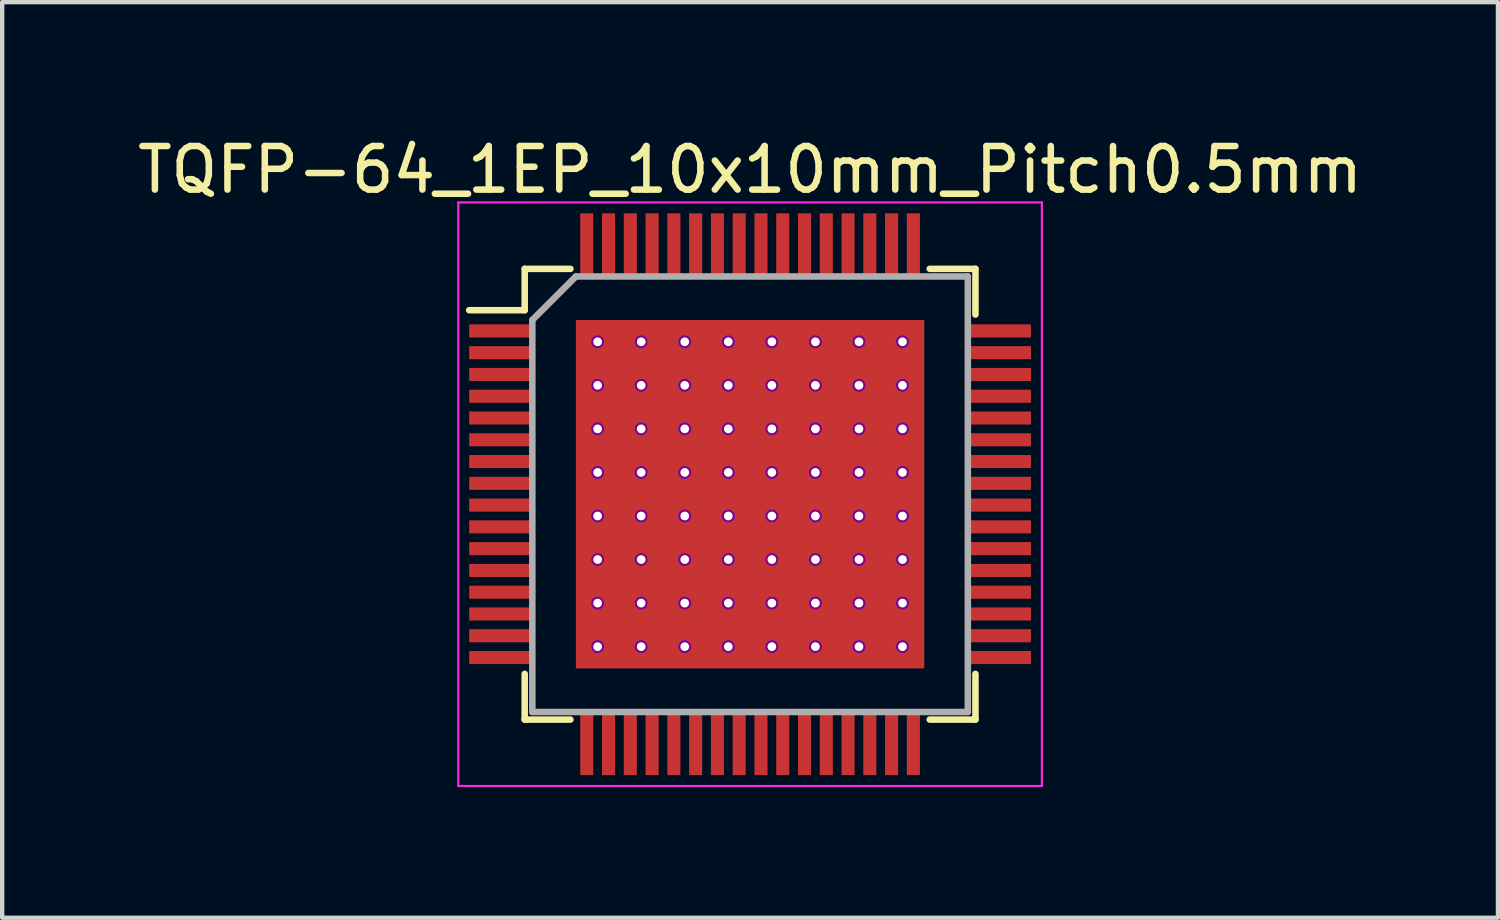
<source format=kicad_pcb>
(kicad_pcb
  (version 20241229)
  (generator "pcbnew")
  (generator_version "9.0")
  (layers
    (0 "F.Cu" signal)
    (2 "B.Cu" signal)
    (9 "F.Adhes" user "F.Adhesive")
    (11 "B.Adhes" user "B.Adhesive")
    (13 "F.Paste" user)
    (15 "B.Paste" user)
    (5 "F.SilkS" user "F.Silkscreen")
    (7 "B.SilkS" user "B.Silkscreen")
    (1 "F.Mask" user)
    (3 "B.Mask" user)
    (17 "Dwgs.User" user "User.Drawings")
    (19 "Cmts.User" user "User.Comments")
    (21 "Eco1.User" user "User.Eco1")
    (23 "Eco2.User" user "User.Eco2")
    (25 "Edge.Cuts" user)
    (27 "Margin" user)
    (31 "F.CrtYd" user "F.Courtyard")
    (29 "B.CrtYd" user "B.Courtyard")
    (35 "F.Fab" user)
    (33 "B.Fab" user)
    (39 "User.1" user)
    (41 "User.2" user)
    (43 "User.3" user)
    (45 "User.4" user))
  (footprint "TQFP-64_1EP_10x10mm_Pitch0.5mm"
    (layer "F.Cu")
    (at 14.173 8.298)
    (property "Reference" "TQFP-64_1EP_10x10mm_Pitch0.5mm" (at 0 -7.45 0) (layer "F.SilkS") (effects (font (size 1 1) (thickness 0.15))))
    (attr smd)
    (fp_line (start -5.175 -5.175) (end -5.175 -4.225) (stroke (width 0.15) (type solid)) (layer "F.SilkS"))
    (fp_line (start -5.175 -5.175) (end -4.125 -5.175) (stroke (width 0.15) (type solid)) (layer "F.SilkS"))
    (fp_line (start -5.175 -4.225) (end -6.45 -4.225) (stroke (width 0.15) (type solid)) (layer "F.SilkS"))
    (fp_line (start -5.175 5.175) (end -5.175 4.125) (stroke (width 0.15) (type solid)) (layer "F.SilkS"))
    (fp_line (start -5.175 5.175) (end -4.125 5.175) (stroke (width 0.15) (type solid)) (layer "F.SilkS"))
    (fp_line (start 5.175 -5.175) (end 4.125 -5.175) (stroke (width 0.15) (type solid)) (layer "F.SilkS"))
    (fp_line (start 5.175 -5.175) (end 5.175 -4.125) (stroke (width 0.15) (type solid)) (layer "F.SilkS"))
    (fp_line (start 5.175 5.175) (end 4.125 5.175) (stroke (width 0.15) (type solid)) (layer "F.SilkS"))
    (fp_line (start 5.175 5.175) (end 5.175 4.125) (stroke (width 0.15) (type solid)) (layer "F.SilkS"))
    (fp_line (start -6.7 -6.7) (end -6.7 6.7) (stroke (width 0.05) (type solid)) (layer "F.CrtYd"))
    (fp_line (start -6.7 -6.7) (end 6.7 -6.7) (stroke (width 0.05) (type solid)) (layer "F.CrtYd"))
    (fp_line (start -6.7 6.7) (end 6.7 6.7) (stroke (width 0.05) (type solid)) (layer "F.CrtYd"))
    (fp_line (start 6.7 -6.7) (end 6.7 6.7) (stroke (width 0.05) (type solid)) (layer "F.CrtYd"))
    (fp_line (start -5 -4) (end -4 -5) (stroke (width 0.15) (type solid)) (layer "F.Fab"))
    (fp_line (start -5 5) (end -5 -4) (stroke (width 0.15) (type solid)) (layer "F.Fab"))
    (fp_line (start -4 -5) (end 5 -5) (stroke (width 0.15) (type solid)) (layer "F.Fab"))
    (fp_line (start 5 -5) (end 5 5) (stroke (width 0.15) (type solid)) (layer "F.Fab"))
    (fp_line (start 5 5) (end -5 5) (stroke (width 0.15) (type solid)) (layer "F.Fab"))
    (pad "1" smd rect (at -5.7 -3.75) (size 1.5 0.3) (layers "F.Cu" "F.Mask" "F.Paste"))
    (pad "2" smd rect (at -5.7 -3.25) (size 1.5 0.3) (layers "F.Cu" "F.Mask" "F.Paste"))
    (pad "3" smd rect (at -5.7 -2.75) (size 1.5 0.3) (layers "F.Cu" "F.Mask" "F.Paste"))
    (pad "4" smd rect (at -5.7 -2.25) (size 1.5 0.3) (layers "F.Cu" "F.Mask" "F.Paste"))
    (pad "5" smd rect (at -5.7 -1.75) (size 1.5 0.3) (layers "F.Cu" "F.Mask" "F.Paste"))
    (pad "6" smd rect (at -5.7 -1.25) (size 1.5 0.3) (layers "F.Cu" "F.Mask" "F.Paste"))
    (pad "7" smd rect (at -5.7 -0.75) (size 1.5 0.3) (layers "F.Cu" "F.Mask" "F.Paste"))
    (pad "8" smd rect (at -5.7 -0.25) (size 1.5 0.3) (layers "F.Cu" "F.Mask" "F.Paste"))
    (pad "9" smd rect (at -5.7 0.25) (size 1.5 0.3) (layers "F.Cu" "F.Mask" "F.Paste"))
    (pad "10" smd rect (at -5.7 0.75) (size 1.5 0.3) (layers "F.Cu" "F.Mask" "F.Paste"))
    (pad "11" smd rect (at -5.7 1.25) (size 1.5 0.3) (layers "F.Cu" "F.Mask" "F.Paste"))
    (pad "12" smd rect (at -5.7 1.75) (size 1.5 0.3) (layers "F.Cu" "F.Mask" "F.Paste"))
    (pad "13" smd rect (at -5.7 2.25) (size 1.5 0.3) (layers "F.Cu" "F.Mask" "F.Paste"))
    (pad "14" smd rect (at -5.7 2.75) (size 1.5 0.3) (layers "F.Cu" "F.Mask" "F.Paste"))
    (pad "15" smd rect (at -5.7 3.25) (size 1.5 0.3) (layers "F.Cu" "F.Mask" "F.Paste"))
    (pad "16" smd rect (at -5.7 3.75) (size 1.5 0.3) (layers "F.Cu" "F.Mask" "F.Paste"))
    (pad "17" smd rect (at -3.75 5.7 90) (size 1.5 0.3) (layers "F.Cu" "F.Mask" "F.Paste"))
    (pad "18" smd rect (at -3.25 5.7 90) (size 1.5 0.3) (layers "F.Cu" "F.Mask" "F.Paste"))
    (pad "19" smd rect (at -2.75 5.7 90) (size 1.5 0.3) (layers "F.Cu" "F.Mask" "F.Paste"))
    (pad "20" smd rect (at -2.25 5.7 90) (size 1.5 0.3) (layers "F.Cu" "F.Mask" "F.Paste"))
    (pad "21" smd rect (at -1.75 5.7 90) (size 1.5 0.3) (layers "F.Cu" "F.Mask" "F.Paste"))
    (pad "22" smd rect (at -1.25 5.7 90) (size 1.5 0.3) (layers "F.Cu" "F.Mask" "F.Paste"))
    (pad "23" smd rect (at -0.75 5.7 90) (size 1.5 0.3) (layers "F.Cu" "F.Mask" "F.Paste"))
    (pad "24" smd rect (at -0.25 5.7 90) (size 1.5 0.3) (layers "F.Cu" "F.Mask" "F.Paste"))
    (pad "25" smd rect (at 0.25 5.7 90) (size 1.5 0.3) (layers "F.Cu" "F.Mask" "F.Paste"))
    (pad "26" smd rect (at 0.75 5.7 90) (size 1.5 0.3) (layers "F.Cu" "F.Mask" "F.Paste"))
    (pad "27" smd rect (at 1.25 5.7 90) (size 1.5 0.3) (layers "F.Cu" "F.Mask" "F.Paste"))
    (pad "28" smd rect (at 1.75 5.7 90) (size 1.5 0.3) (layers "F.Cu" "F.Mask" "F.Paste"))
    (pad "29" smd rect (at 2.25 5.7 90) (size 1.5 0.3) (layers "F.Cu" "F.Mask" "F.Paste"))
    (pad "30" smd rect (at 2.75 5.7 90) (size 1.5 0.3) (layers "F.Cu" "F.Mask" "F.Paste"))
    (pad "31" smd rect (at 3.25 5.7 90) (size 1.5 0.3) (layers "F.Cu" "F.Mask" "F.Paste"))
    (pad "32" smd rect (at 3.75 5.7 90) (size 1.5 0.3) (layers "F.Cu" "F.Mask" "F.Paste"))
    (pad "33" smd rect (at 5.7 3.75) (size 1.5 0.3) (layers "F.Cu" "F.Mask" "F.Paste"))
    (pad "34" smd rect (at 5.7 3.25) (size 1.5 0.3) (layers "F.Cu" "F.Mask" "F.Paste"))
    (pad "35" smd rect (at 5.7 2.75) (size 1.5 0.3) (layers "F.Cu" "F.Mask" "F.Paste"))
    (pad "36" smd rect (at 5.7 2.25) (size 1.5 0.3) (layers "F.Cu" "F.Mask" "F.Paste"))
    (pad "37" smd rect (at 5.7 1.75) (size 1.5 0.3) (layers "F.Cu" "F.Mask" "F.Paste"))
    (pad "38" smd rect (at 5.7 1.25) (size 1.5 0.3) (layers "F.Cu" "F.Mask" "F.Paste"))
    (pad "39" smd rect (at 5.7 0.75) (size 1.5 0.3) (layers "F.Cu" "F.Mask" "F.Paste"))
    (pad "40" smd rect (at 5.7 0.25) (size 1.5 0.3) (layers "F.Cu" "F.Mask" "F.Paste"))
    (pad "41" smd rect (at 5.7 -0.25) (size 1.5 0.3) (layers "F.Cu" "F.Mask" "F.Paste"))
    (pad "42" smd rect (at 5.7 -0.75) (size 1.5 0.3) (layers "F.Cu" "F.Mask" "F.Paste"))
    (pad "43" smd rect (at 5.7 -1.25) (size 1.5 0.3) (layers "F.Cu" "F.Mask" "F.Paste"))
    (pad "44" smd rect (at 5.7 -1.75) (size 1.5 0.3) (layers "F.Cu" "F.Mask" "F.Paste"))
    (pad "45" smd rect (at 5.7 -2.25) (size 1.5 0.3) (layers "F.Cu" "F.Mask" "F.Paste"))
    (pad "46" smd rect (at 5.7 -2.75) (size 1.5 0.3) (layers "F.Cu" "F.Mask" "F.Paste"))
    (pad "47" smd rect (at 5.7 -3.25) (size 1.5 0.3) (layers "F.Cu" "F.Mask" "F.Paste"))
    (pad "48" smd rect (at 5.7 -3.75) (size 1.5 0.3) (layers "F.Cu" "F.Mask" "F.Paste"))
    (pad "49" smd rect (at 3.75 -5.7 90) (size 1.5 0.3) (layers "F.Cu" "F.Mask" "F.Paste"))
    (pad "50" smd rect (at 3.25 -5.7 90) (size 1.5 0.3) (layers "F.Cu" "F.Mask" "F.Paste"))
    (pad "51" smd rect (at 2.75 -5.7 90) (size 1.5 0.3) (layers "F.Cu" "F.Mask" "F.Paste"))
    (pad "52" smd rect (at 2.25 -5.7 90) (size 1.5 0.3) (layers "F.Cu" "F.Mask" "F.Paste"))
    (pad "53" smd rect (at 1.75 -5.7 90) (size 1.5 0.3) (layers "F.Cu" "F.Mask" "F.Paste"))
    (pad "54" smd rect (at 1.25 -5.7 90) (size 1.5 0.3) (layers "F.Cu" "F.Mask" "F.Paste"))
    (pad "55" smd rect (at 0.75 -5.7 90) (size 1.5 0.3) (layers "F.Cu" "F.Mask" "F.Paste"))
    (pad "56" smd rect (at 0.25 -5.7 90) (size 1.5 0.3) (layers "F.Cu" "F.Mask" "F.Paste"))
    (pad "57" smd rect (at -0.25 -5.7 90) (size 1.5 0.3) (layers "F.Cu" "F.Mask" "F.Paste"))
    (pad "58" smd rect (at -0.75 -5.7 90) (size 1.5 0.3) (layers "F.Cu" "F.Mask" "F.Paste"))
    (pad "59" smd rect (at -1.25 -5.7 90) (size 1.5 0.3) (layers "F.Cu" "F.Mask" "F.Paste"))
    (pad "60" smd rect (at -1.75 -5.7 90) (size 1.5 0.3) (layers "F.Cu" "F.Mask" "F.Paste"))
    (pad "61" smd rect (at -2.25 -5.7 90) (size 1.5 0.3) (layers "F.Cu" "F.Mask" "F.Paste"))
    (pad "62" smd rect (at -2.75 -5.7 90) (size 1.5 0.3) (layers "F.Cu" "F.Mask" "F.Paste"))
    (pad "63" smd rect (at -3.25 -5.7 90) (size 1.5 0.3) (layers "F.Cu" "F.Mask" "F.Paste"))
    (pad "64" smd rect (at -3.75 -5.7 90) (size 1.5 0.3) (layers "F.Cu" "F.Mask" "F.Paste"))
    (pad "65" thru_hole circle (at -3.5 -3.5 90) (size 0.3 0.3) (drill 0.2) (layers "*.Cu" "F.Adhes"))
    (pad "65" thru_hole circle (at -3.5 -2.5 90) (size 0.3 0.3) (drill 0.2) (layers "*.Cu" "F.Adhes"))
    (pad "65" thru_hole circle (at -3.5 -1.5 90) (size 0.3 0.3) (drill 0.2) (layers "*.Cu" "F.Adhes"))
    (pad "65" thru_hole circle (at -3.5 -0.5 90) (size 0.3 0.3) (drill 0.2) (layers "*.Cu" "F.Adhes"))
    (pad "65" thru_hole circle (at -3.5 0.5 90) (size 0.3 0.3) (drill 0.2) (layers "*.Cu" "F.Adhes"))
    (pad "65" thru_hole circle (at -3.5 1.5 90) (size 0.3 0.3) (drill 0.2) (layers "*.Cu" "F.Adhes"))
    (pad "65" thru_hole circle (at -3.5 2.5 90) (size 0.3 0.3) (drill 0.2) (layers "*.Cu" "F.Adhes"))
    (pad "65" thru_hole circle (at -3.5 3.5 90) (size 0.3 0.3) (drill 0.2) (layers "*.Cu" "F.Adhes"))
    (pad "65" thru_hole circle (at -2.5 -3.5 90) (size 0.3 0.3) (drill 0.2) (layers "*.Cu" "F.Adhes"))
    (pad "65" thru_hole circle (at -2.5 -2.5 90) (size 0.3 0.3) (drill 0.2) (layers "*.Cu" "F.Adhes"))
    (pad "65" thru_hole circle (at -2.5 -1.5 90) (size 0.3 0.3) (drill 0.2) (layers "*.Cu" "F.Adhes"))
    (pad "65" thru_hole circle (at -2.5 -0.5 90) (size 0.3 0.3) (drill 0.2) (layers "*.Cu" "F.Adhes"))
    (pad "65" thru_hole circle (at -2.5 0.5 90) (size 0.3 0.3) (drill 0.2) (layers "*.Cu" "F.Adhes"))
    (pad "65" thru_hole circle (at -2.5 1.5 90) (size 0.3 0.3) (drill 0.2) (layers "*.Cu" "F.Adhes"))
    (pad "65" thru_hole circle (at -2.5 2.5 90) (size 0.3 0.3) (drill 0.2) (layers "*.Cu" "F.Adhes"))
    (pad "65" thru_hole circle (at -2.5 3.5 90) (size 0.3 0.3) (drill 0.2) (layers "*.Cu" "F.Adhes"))
    (pad "65" thru_hole circle (at -1.5 -3.5 90) (size 0.3 0.3) (drill 0.2) (layers "*.Cu" "F.Adhes"))
    (pad "65" thru_hole circle (at -1.5 -2.5 90) (size 0.3 0.3) (drill 0.2) (layers "*.Cu" "F.Adhes"))
    (pad "65" thru_hole circle (at -1.5 -1.5 90) (size 0.3 0.3) (drill 0.2) (layers "*.Cu" "F.Adhes"))
    (pad "65" thru_hole circle (at -1.5 -0.5 90) (size 0.3 0.3) (drill 0.2) (layers "*.Cu" "F.Adhes"))
    (pad "65" thru_hole circle (at -1.5 0.5 90) (size 0.3 0.3) (drill 0.2) (layers "*.Cu" "F.Adhes"))
    (pad "65" thru_hole circle (at -1.5 1.5 90) (size 0.3 0.3) (drill 0.2) (layers "*.Cu" "F.Adhes"))
    (pad "65" thru_hole circle (at -1.5 2.5 90) (size 0.3 0.3) (drill 0.2) (layers "*.Cu" "F.Adhes"))
    (pad "65" thru_hole circle (at -1.5 3.5 90) (size 0.3 0.3) (drill 0.2) (layers "*.Cu" "F.Adhes"))
    (pad "65" thru_hole circle (at -0.5 -3.5 90) (size 0.3 0.3) (drill 0.2) (layers "*.Cu" "F.Adhes"))
    (pad "65" thru_hole circle (at -0.5 -2.5 90) (size 0.3 0.3) (drill 0.2) (layers "*.Cu" "F.Adhes"))
    (pad "65" thru_hole circle (at -0.5 -1.5 90) (size 0.3 0.3) (drill 0.2) (layers "*.Cu" "F.Adhes"))
    (pad "65" thru_hole circle (at -0.5 -0.5 90) (size 0.3 0.3) (drill 0.2) (layers "*.Cu" "F.Adhes"))
    (pad "65" thru_hole circle (at -0.5 0.5 90) (size 0.3 0.3) (drill 0.2) (layers "*.Cu" "F.Adhes"))
    (pad "65" thru_hole circle (at -0.5 1.5 90) (size 0.3 0.3) (drill 0.2) (layers "*.Cu" "F.Adhes"))
    (pad "65" thru_hole circle (at -0.5 2.5 90) (size 0.3 0.3) (drill 0.2) (layers "*.Cu" "F.Adhes"))
    (pad "65" thru_hole circle (at -0.5 3.5 90) (size 0.3 0.3) (drill 0.2) (layers "*.Cu" "F.Adhes"))
    (pad "65" smd rect (at 0 0 180) (size 8 8) (layers "F.Cu" "F.Mask" "F.Paste"))
    (pad "65" thru_hole circle (at 0.5 -3.5 90) (size 0.3 0.3) (drill 0.2) (layers "*.Cu" "F.Adhes"))
    (pad "65" thru_hole circle (at 0.5 -2.5 90) (size 0.3 0.3) (drill 0.2) (layers "*.Cu" "F.Adhes"))
    (pad "65" thru_hole circle (at 0.5 -1.5 90) (size 0.3 0.3) (drill 0.2) (layers "*.Cu" "F.Adhes"))
    (pad "65" thru_hole circle (at 0.5 -0.5 90) (size 0.3 0.3) (drill 0.2) (layers "*.Cu" "F.Adhes"))
    (pad "65" thru_hole circle (at 0.5 0.5 90) (size 0.3 0.3) (drill 0.2) (layers "*.Cu" "F.Adhes"))
    (pad "65" thru_hole circle (at 0.5 1.5 90) (size 0.3 0.3) (drill 0.2) (layers "*.Cu" "F.Adhes"))
    (pad "65" thru_hole circle (at 0.5 2.5 90) (size 0.3 0.3) (drill 0.2) (layers "*.Cu" "F.Adhes"))
    (pad "65" thru_hole circle (at 0.5 3.5 90) (size 0.3 0.3) (drill 0.2) (layers "*.Cu" "F.Adhes"))
    (pad "65" thru_hole circle (at 1.5 -3.5 90) (size 0.3 0.3) (drill 0.2) (layers "*.Cu" "F.Adhes"))
    (pad "65" thru_hole circle (at 1.5 -2.5 90) (size 0.3 0.3) (drill 0.2) (layers "*.Cu" "F.Adhes"))
    (pad "65" thru_hole circle (at 1.5 -1.5 90) (size 0.3 0.3) (drill 0.2) (layers "*.Cu" "F.Adhes"))
    (pad "65" thru_hole circle (at 1.5 -0.5 90) (size 0.3 0.3) (drill 0.2) (layers "*.Cu" "F.Adhes"))
    (pad "65" thru_hole circle (at 1.5 0.5 90) (size 0.3 0.3) (drill 0.2) (layers "*.Cu" "F.Adhes"))
    (pad "65" thru_hole circle (at 1.5 1.5 90) (size 0.3 0.3) (drill 0.2) (layers "*.Cu" "F.Adhes"))
    (pad "65" thru_hole circle (at 1.5 2.5 90) (size 0.3 0.3) (drill 0.2) (layers "*.Cu" "F.Adhes"))
    (pad "65" thru_hole circle (at 1.5 3.5 90) (size 0.3 0.3) (drill 0.2) (layers "*.Cu" "F.Adhes"))
    (pad "65" thru_hole circle (at 2.5 -3.5 90) (size 0.3 0.3) (drill 0.2) (layers "*.Cu" "F.Adhes"))
    (pad "65" thru_hole circle (at 2.5 -2.5 90) (size 0.3 0.3) (drill 0.2) (layers "*.Cu" "F.Adhes"))
    (pad "65" thru_hole circle (at 2.5 -1.5 90) (size 0.3 0.3) (drill 0.2) (layers "*.Cu" "F.Adhes"))
    (pad "65" thru_hole circle (at 2.5 -0.5 90) (size 0.3 0.3) (drill 0.2) (layers "*.Cu" "F.Adhes"))
    (pad "65" thru_hole circle (at 2.5 0.5 90) (size 0.3 0.3) (drill 0.2) (layers "*.Cu" "F.Adhes"))
    (pad "65" thru_hole circle (at 2.5 1.5 90) (size 0.3 0.3) (drill 0.2) (layers "*.Cu" "F.Adhes"))
    (pad "65" thru_hole circle (at 2.5 2.5 90) (size 0.3 0.3) (drill 0.2) (layers "*.Cu" "F.Adhes"))
    (pad "65" thru_hole circle (at 2.5 3.5 90) (size 0.3 0.3) (drill 0.2) (layers "*.Cu" "F.Adhes"))
    (pad "65" thru_hole circle (at 3.5 -3.5 90) (size 0.3 0.3) (drill 0.2) (layers "*.Cu" "F.Adhes"))
    (pad "65" thru_hole circle (at 3.5 -2.5 90) (size 0.3 0.3) (drill 0.2) (layers "*.Cu" "F.Adhes"))
    (pad "65" thru_hole circle (at 3.5 -1.5 90) (size 0.3 0.3) (drill 0.2) (layers "*.Cu" "F.Adhes"))
    (pad "65" thru_hole circle (at 3.5 -0.5 90) (size 0.3 0.3) (drill 0.2) (layers "*.Cu" "F.Adhes"))
    (pad "65" thru_hole circle (at 3.5 0.5 90) (size 0.3 0.3) (drill 0.2) (layers "*.Cu" "F.Adhes"))
    (pad "65" thru_hole circle (at 3.5 1.5 90) (size 0.3 0.3) (drill 0.2) (layers "*.Cu" "F.Adhes"))
    (pad "65" thru_hole circle (at 3.5 2.5 90) (size 0.3 0.3) (drill 0.2) (layers "*.Cu" "F.Adhes"))
    (pad "65" thru_hole circle (at 3.5 3.5 90) (size 0.3 0.3) (drill 0.2) (layers "*.Cu" "F.Adhes")))
  (gr_rect
    (start -3 -3)
    (end 31.345 18.023)
    (stroke (width 0.1) (type default))
    (fill no)
    (layer "Edge.Cuts")))
</source>
